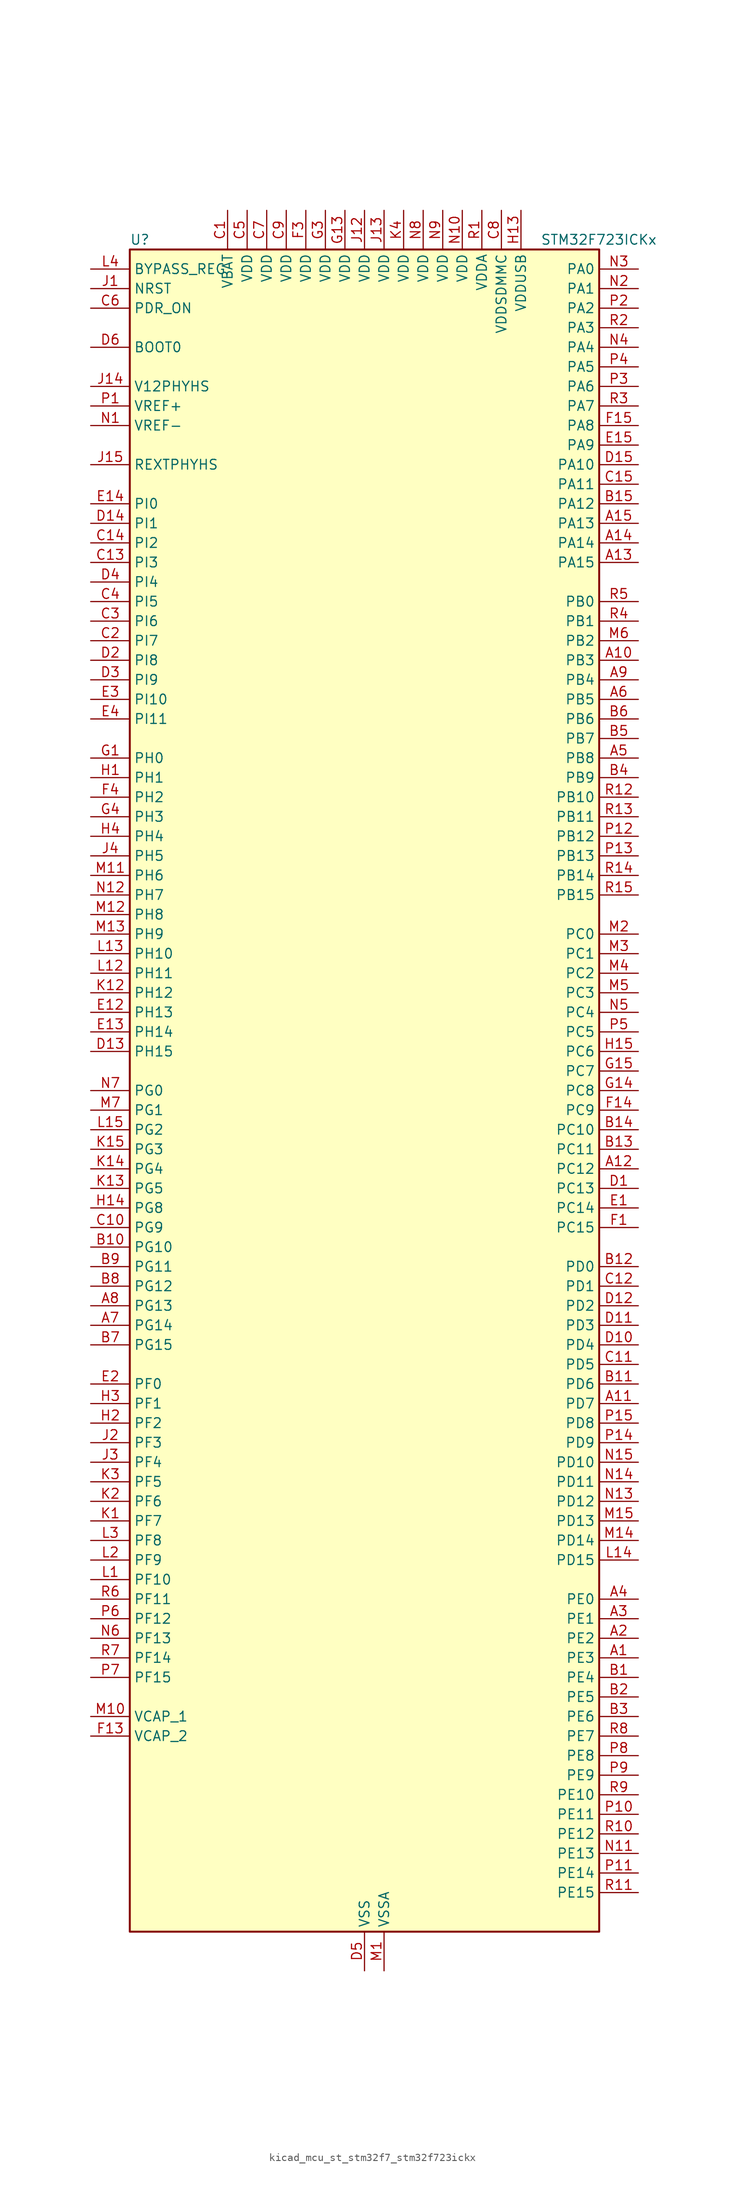
<source format=kicad_sym>
(kicad_symbol_lib
  (version 20220914)
  (generator kicad_symbol_editor)
  (symbol "kicad_mcu_st_stm32f7_stm32f723ickx"
    (property "Reference" "U"
      (at -30.48 110.49 0)
      (effects (font (size 1.27 1.27)) (justify left)))
    (property "Value" "STM32F723ICKx"
      (at 22.86 110.49 0)
      (effects (font (size 1.27 1.27)) (justify left)))
    (property "ki_locked" ""
      (at 0 0 0)
      (effects (font (size 1.27 1.27))))
    (symbol "kicad_mcu_st_stm32f7_stm32f723ickx_0_1"
      (rectangle (start -30.48 -109.22) (end 30.48 109.22) (stroke (width 0.254) (type default)) (fill (type background))))
    (symbol "kicad_mcu_st_stm32f7_stm32f723ickx_1_1"
      (pin bidirectional line (at 35.56 -73.66 180) (length 5.08) (name "PE3" (effects (font (size 1.27 1.27)))) (number "A1" (effects (font (size 1.27 1.27)))) (alternate "FMC_A19" bidirectional line) (alternate "SAI1_SD_B" bidirectional line) (alternate "SYS_TRACED0" bidirectional line))
      (pin bidirectional line (at 35.56 55.88 180) (length 5.08) (name "PB3" (effects (font (size 1.27 1.27)))) (number "A10" (effects (font (size 1.27 1.27)))) (alternate "I2S1_CK" bidirectional line) (alternate "I2S3_CK" bidirectional line) (alternate "SDMMC2_D2" bidirectional line) (alternate "SPI1_SCK" bidirectional line) (alternate "SPI3_SCK" bidirectional line) (alternate "SYS_JTDO-SWO" bidirectional line) (alternate "TIM2_CH2" bidirectional line))
      (pin bidirectional line (at 35.56 -40.64 180) (length 5.08) (name "PD7" (effects (font (size 1.27 1.27)))) (number "A11" (effects (font (size 1.27 1.27)))) (alternate "FMC_NE1" bidirectional line) (alternate "SDMMC2_CMD" bidirectional line) (alternate "USART2_CK" bidirectional line))
      (pin bidirectional line (at 35.56 -10.16 180) (length 5.08) (name "PC12" (effects (font (size 1.27 1.27)))) (number "A12" (effects (font (size 1.27 1.27)))) (alternate "I2S3_SD" bidirectional line) (alternate "SDMMC1_CK" bidirectional line) (alternate "SPI3_MOSI" bidirectional line) (alternate "SYS_TRACED3" bidirectional line) (alternate "UART5_TX" bidirectional line) (alternate "USART3_CK" bidirectional line))
      (pin bidirectional line (at 35.56 68.58 180) (length 5.08) (name "PA15" (effects (font (size 1.27 1.27)))) (number "A13" (effects (font (size 1.27 1.27)))) (alternate "I2S1_WS" bidirectional line) (alternate "I2S3_WS" bidirectional line) (alternate "SPI1_NSS" bidirectional line) (alternate "SPI3_NSS" bidirectional line) (alternate "SYS_JTDI" bidirectional line) (alternate "TIM2_CH1" bidirectional line) (alternate "TIM2_ETR" bidirectional line) (alternate "UART4_DE" bidirectional line) (alternate "UART4_RTS" bidirectional line))
      (pin bidirectional line (at 35.56 71.12 180) (length 5.08) (name "PA14" (effects (font (size 1.27 1.27)))) (number "A14" (effects (font (size 1.27 1.27)))) (alternate "SYS_JTCK-SWCLK" bidirectional line))
      (pin bidirectional line (at 35.56 73.66 180) (length 5.08) (name "PA13" (effects (font (size 1.27 1.27)))) (number "A15" (effects (font (size 1.27 1.27)))) (alternate "SYS_JTMS-SWDIO" bidirectional line))
      (pin bidirectional line (at 35.56 -71.12 180) (length 5.08) (name "PE2" (effects (font (size 1.27 1.27)))) (number "A2" (effects (font (size 1.27 1.27)))) (alternate "FMC_A23" bidirectional line) (alternate "QUADSPI_BK1_IO2" bidirectional line) (alternate "SAI1_MCLK_A" bidirectional line) (alternate "SPI4_SCK" bidirectional line) (alternate "SYS_TRACECLK" bidirectional line))
      (pin bidirectional line (at 35.56 -68.58 180) (length 5.08) (name "PE1" (effects (font (size 1.27 1.27)))) (number "A3" (effects (font (size 1.27 1.27)))) (alternate "FMC_NBL1" bidirectional line) (alternate "LPTIM1_IN2" bidirectional line) (alternate "UART8_TX" bidirectional line))
      (pin bidirectional line (at 35.56 -66.04 180) (length 5.08) (name "PE0" (effects (font (size 1.27 1.27)))) (number "A4" (effects (font (size 1.27 1.27)))) (alternate "FMC_NBL0" bidirectional line) (alternate "LPTIM1_ETR" bidirectional line) (alternate "SAI2_MCLK_A" bidirectional line) (alternate "TIM4_ETR" bidirectional line) (alternate "UART8_RX" bidirectional line))
      (pin bidirectional line (at 35.56 43.18 180) (length 5.08) (name "PB8" (effects (font (size 1.27 1.27)))) (number "A5" (effects (font (size 1.27 1.27)))) (alternate "CAN1_RX" bidirectional line) (alternate "I2C1_SCL" bidirectional line) (alternate "SDMMC1_D4" bidirectional line) (alternate "SDMMC2_D4" bidirectional line) (alternate "TIM10_CH1" bidirectional line) (alternate "TIM4_CH3" bidirectional line))
      (pin bidirectional line (at 35.56 50.8 180) (length 5.08) (name "PB5" (effects (font (size 1.27 1.27)))) (number "A6" (effects (font (size 1.27 1.27)))) (alternate "FMC_SDCKE1" bidirectional line) (alternate "I2C1_SMBA" bidirectional line) (alternate "I2S1_SD" bidirectional line) (alternate "I2S3_SD" bidirectional line) (alternate "SPI1_MOSI" bidirectional line) (alternate "SPI3_MOSI" bidirectional line) (alternate "TIM3_CH2" bidirectional line))
      (pin bidirectional line (at -35.56 -30.48 0) (length 5.08) (name "PG14" (effects (font (size 1.27 1.27)))) (number "A7" (effects (font (size 1.27 1.27)))) (alternate "FMC_A25" bidirectional line) (alternate "LPTIM1_ETR" bidirectional line) (alternate "QUADSPI_BK2_IO3" bidirectional line) (alternate "SYS_TRACED1" bidirectional line) (alternate "USART6_TX" bidirectional line))
      (pin bidirectional line (at -35.56 -27.94 0) (length 5.08) (name "PG13" (effects (font (size 1.27 1.27)))) (number "A8" (effects (font (size 1.27 1.27)))) (alternate "FMC_A24" bidirectional line) (alternate "LPTIM1_OUT" bidirectional line) (alternate "SYS_TRACED0" bidirectional line) (alternate "USART6_CTS" bidirectional line))
      (pin bidirectional line (at 35.56 53.34 180) (length 5.08) (name "PB4" (effects (font (size 1.27 1.27)))) (number "A9" (effects (font (size 1.27 1.27)))) (alternate "I2S2_WS" bidirectional line) (alternate "SDMMC2_D3" bidirectional line) (alternate "SPI1_MISO" bidirectional line) (alternate "SPI2_NSS" bidirectional line) (alternate "SPI3_MISO" bidirectional line) (alternate "SYS_JTRST" bidirectional line) (alternate "TIM3_CH1" bidirectional line))
      (pin bidirectional line (at 35.56 -76.2 180) (length 5.08) (name "PE4" (effects (font (size 1.27 1.27)))) (number "B1" (effects (font (size 1.27 1.27)))) (alternate "FMC_A20" bidirectional line) (alternate "SAI1_FS_A" bidirectional line) (alternate "SPI4_NSS" bidirectional line) (alternate "SYS_TRACED1" bidirectional line))
      (pin bidirectional line (at -35.56 -20.32 0) (length 5.08) (name "PG10" (effects (font (size 1.27 1.27)))) (number "B10" (effects (font (size 1.27 1.27)))) (alternate "FMC_NE3" bidirectional line) (alternate "SAI2_SD_B" bidirectional line) (alternate "SDMMC2_D1" bidirectional line))
      (pin bidirectional line (at 35.56 -38.1 180) (length 5.08) (name "PD6" (effects (font (size 1.27 1.27)))) (number "B11" (effects (font (size 1.27 1.27)))) (alternate "FMC_NWAIT" bidirectional line) (alternate "I2S3_SD" bidirectional line) (alternate "SAI1_SD_A" bidirectional line) (alternate "SDMMC2_CK" bidirectional line) (alternate "SPI3_MOSI" bidirectional line) (alternate "USART2_RX" bidirectional line))
      (pin bidirectional line (at 35.56 -22.86 180) (length 5.08) (name "PD0" (effects (font (size 1.27 1.27)))) (number "B12" (effects (font (size 1.27 1.27)))) (alternate "CAN1_RX" bidirectional line) (alternate "FMC_D2" bidirectional line) (alternate "FMC_DA2" bidirectional line))
      (pin bidirectional line (at 35.56 -7.62 180) (length 5.08) (name "PC11" (effects (font (size 1.27 1.27)))) (number "B13" (effects (font (size 1.27 1.27)))) (alternate "ADC1_EXTI11" bidirectional line) (alternate "ADC2_EXTI11" bidirectional line) (alternate "ADC3_EXTI11" bidirectional line) (alternate "QUADSPI_BK2_NCS" bidirectional line) (alternate "SDMMC1_D3" bidirectional line) (alternate "SPI3_MISO" bidirectional line) (alternate "UART4_RX" bidirectional line) (alternate "USART3_RX" bidirectional line))
      (pin bidirectional line (at 35.56 -5.08 180) (length 5.08) (name "PC10" (effects (font (size 1.27 1.27)))) (number "B14" (effects (font (size 1.27 1.27)))) (alternate "I2S3_CK" bidirectional line) (alternate "QUADSPI_BK1_IO1" bidirectional line) (alternate "SDMMC1_D2" bidirectional line) (alternate "SPI3_SCK" bidirectional line) (alternate "UART4_TX" bidirectional line) (alternate "USART3_TX" bidirectional line))
      (pin bidirectional line (at 35.56 76.2 180) (length 5.08) (name "PA12" (effects (font (size 1.27 1.27)))) (number "B15" (effects (font (size 1.27 1.27)))) (alternate "CAN1_TX" bidirectional line) (alternate "SAI2_FS_B" bidirectional line) (alternate "TIM1_ETR" bidirectional line) (alternate "USART1_DE" bidirectional line) (alternate "USART1_RTS" bidirectional line) (alternate "USB_OTG_FS_DP" bidirectional line))
      (pin bidirectional line (at 35.56 -78.74 180) (length 5.08) (name "PE5" (effects (font (size 1.27 1.27)))) (number "B2" (effects (font (size 1.27 1.27)))) (alternate "FMC_A21" bidirectional line) (alternate "SAI1_SCK_A" bidirectional line) (alternate "SPI4_MISO" bidirectional line) (alternate "SYS_TRACED2" bidirectional line) (alternate "TIM9_CH1" bidirectional line))
      (pin bidirectional line (at 35.56 -81.28 180) (length 5.08) (name "PE6" (effects (font (size 1.27 1.27)))) (number "B3" (effects (font (size 1.27 1.27)))) (alternate "FMC_A22" bidirectional line) (alternate "SAI1_SD_A" bidirectional line) (alternate "SAI2_MCLK_B" bidirectional line) (alternate "SPI4_MOSI" bidirectional line) (alternate "SYS_TRACED3" bidirectional line) (alternate "TIM1_BKIN2" bidirectional line) (alternate "TIM9_CH2" bidirectional line))
      (pin bidirectional line (at 35.56 40.64 180) (length 5.08) (name "PB9" (effects (font (size 1.27 1.27)))) (number "B4" (effects (font (size 1.27 1.27)))) (alternate "CAN1_TX" bidirectional line) (alternate "DAC_EXTI9" bidirectional line) (alternate "I2C1_SDA" bidirectional line) (alternate "I2S2_WS" bidirectional line) (alternate "SDMMC1_D5" bidirectional line) (alternate "SDMMC2_D5" bidirectional line) (alternate "SPI2_NSS" bidirectional line) (alternate "TIM11_CH1" bidirectional line) (alternate "TIM4_CH4" bidirectional line))
      (pin bidirectional line (at 35.56 45.72 180) (length 5.08) (name "PB7" (effects (font (size 1.27 1.27)))) (number "B5" (effects (font (size 1.27 1.27)))) (alternate "FMC_NL" bidirectional line) (alternate "I2C1_SDA" bidirectional line) (alternate "TIM4_CH2" bidirectional line) (alternate "USART1_RX" bidirectional line))
      (pin bidirectional line (at 35.56 48.26 180) (length 5.08) (name "PB6" (effects (font (size 1.27 1.27)))) (number "B6" (effects (font (size 1.27 1.27)))) (alternate "FMC_SDNE1" bidirectional line) (alternate "I2C1_SCL" bidirectional line) (alternate "QUADSPI_BK1_NCS" bidirectional line) (alternate "TIM4_CH1" bidirectional line) (alternate "USART1_TX" bidirectional line))
      (pin bidirectional line (at -35.56 -33.02 0) (length 5.08) (name "PG15" (effects (font (size 1.27 1.27)))) (number "B7" (effects (font (size 1.27 1.27)))) (alternate "FMC_SDNCAS" bidirectional line) (alternate "USART6_CTS" bidirectional line))
      (pin bidirectional line (at -35.56 -25.4 0) (length 5.08) (name "PG12" (effects (font (size 1.27 1.27)))) (number "B8" (effects (font (size 1.27 1.27)))) (alternate "FMC_NE4" bidirectional line) (alternate "LPTIM1_IN1" bidirectional line) (alternate "SDMMC2_D3" bidirectional line) (alternate "USART6_DE" bidirectional line) (alternate "USART6_RTS" bidirectional line))
      (pin bidirectional line (at -35.56 -22.86 0) (length 5.08) (name "PG11" (effects (font (size 1.27 1.27)))) (number "B9" (effects (font (size 1.27 1.27)))) (alternate "ADC1_EXTI11" bidirectional line) (alternate "ADC2_EXTI11" bidirectional line) (alternate "ADC3_EXTI11" bidirectional line) (alternate "FMC_INT" bidirectional line) (alternate "SDMMC2_D2" bidirectional line))
      (pin power_in line (at -17.78 114.3 270) (length 5.08) (name "VBAT" (effects (font (size 1.27 1.27)))) (number "C1" (effects (font (size 1.27 1.27)))))
      (pin bidirectional line (at -35.56 -17.78 0) (length 5.08) (name "PG9" (effects (font (size 1.27 1.27)))) (number "C10" (effects (font (size 1.27 1.27)))) (alternate "DAC_EXTI9" bidirectional line) (alternate "FMC_NCE" bidirectional line) (alternate "FMC_NE2" bidirectional line) (alternate "QUADSPI_BK2_IO2" bidirectional line) (alternate "SAI2_FS_B" bidirectional line) (alternate "SDMMC2_D0" bidirectional line) (alternate "USART6_RX" bidirectional line))
      (pin bidirectional line (at 35.56 -35.56 180) (length 5.08) (name "PD5" (effects (font (size 1.27 1.27)))) (number "C11" (effects (font (size 1.27 1.27)))) (alternate "FMC_NWE" bidirectional line) (alternate "USART2_TX" bidirectional line))
      (pin bidirectional line (at 35.56 -25.4 180) (length 5.08) (name "PD1" (effects (font (size 1.27 1.27)))) (number "C12" (effects (font (size 1.27 1.27)))) (alternate "CAN1_TX" bidirectional line) (alternate "FMC_D3" bidirectional line) (alternate "FMC_DA3" bidirectional line))
      (pin bidirectional line (at -35.56 68.58 0) (length 5.08) (name "PI3" (effects (font (size 1.27 1.27)))) (number "C13" (effects (font (size 1.27 1.27)))) (alternate "FMC_D27" bidirectional line) (alternate "I2S2_SD" bidirectional line) (alternate "SPI2_MOSI" bidirectional line) (alternate "TIM8_ETR" bidirectional line))
      (pin bidirectional line (at -35.56 71.12 0) (length 5.08) (name "PI2" (effects (font (size 1.27 1.27)))) (number "C14" (effects (font (size 1.27 1.27)))) (alternate "FMC_D26" bidirectional line) (alternate "SPI2_MISO" bidirectional line) (alternate "TIM8_CH4" bidirectional line))
      (pin bidirectional line (at 35.56 78.74 180) (length 5.08) (name "PA11" (effects (font (size 1.27 1.27)))) (number "C15" (effects (font (size 1.27 1.27)))) (alternate "ADC1_EXTI11" bidirectional line) (alternate "ADC2_EXTI11" bidirectional line) (alternate "ADC3_EXTI11" bidirectional line) (alternate "CAN1_RX" bidirectional line) (alternate "TIM1_CH4" bidirectional line) (alternate "USART1_CTS" bidirectional line) (alternate "USB_OTG_FS_DM" bidirectional line))
      (pin bidirectional line (at -35.56 58.42 0) (length 5.08) (name "PI7" (effects (font (size 1.27 1.27)))) (number "C2" (effects (font (size 1.27 1.27)))) (alternate "FMC_D29" bidirectional line) (alternate "SAI2_FS_A" bidirectional line) (alternate "TIM8_CH3" bidirectional line))
      (pin bidirectional line (at -35.56 60.96 0) (length 5.08) (name "PI6" (effects (font (size 1.27 1.27)))) (number "C3" (effects (font (size 1.27 1.27)))) (alternate "FMC_D28" bidirectional line) (alternate "SAI2_SD_A" bidirectional line) (alternate "TIM8_CH2" bidirectional line))
      (pin bidirectional line (at -35.56 63.5 0) (length 5.08) (name "PI5" (effects (font (size 1.27 1.27)))) (number "C4" (effects (font (size 1.27 1.27)))) (alternate "FMC_NBL3" bidirectional line) (alternate "SAI2_SCK_A" bidirectional line) (alternate "TIM8_CH1" bidirectional line))
      (pin power_in line (at -15.24 114.3 270) (length 5.08) (name "VDD" (effects (font (size 1.27 1.27)))) (number "C5" (effects (font (size 1.27 1.27)))))
      (pin input line (at -35.56 101.6 0) (length 5.08) (name "PDR_ON" (effects (font (size 1.27 1.27)))) (number "C6" (effects (font (size 1.27 1.27)))))
      (pin power_in line (at -12.7 114.3 270) (length 5.08) (name "VDD" (effects (font (size 1.27 1.27)))) (number "C7" (effects (font (size 1.27 1.27)))))
      (pin power_in line (at 17.78 114.3 270) (length 5.08) (name "VDDSDMMC" (effects (font (size 1.27 1.27)))) (number "C8" (effects (font (size 1.27 1.27)))))
      (pin power_in line (at -10.16 114.3 270) (length 5.08) (name "VDD" (effects (font (size 1.27 1.27)))) (number "C9" (effects (font (size 1.27 1.27)))))
      (pin bidirectional line (at 35.56 -12.7 180) (length 5.08) (name "PC13" (effects (font (size 1.27 1.27)))) (number "D1" (effects (font (size 1.27 1.27)))) (alternate "RTC_OUT" bidirectional line) (alternate "RTC_TAMP1" bidirectional line) (alternate "RTC_TS" bidirectional line) (alternate "SYS_WKUP4" bidirectional line))
      (pin bidirectional line (at 35.56 -33.02 180) (length 5.08) (name "PD4" (effects (font (size 1.27 1.27)))) (number "D10" (effects (font (size 1.27 1.27)))) (alternate "FMC_NOE" bidirectional line) (alternate "USART2_DE" bidirectional line) (alternate "USART2_RTS" bidirectional line))
      (pin bidirectional line (at 35.56 -30.48 180) (length 5.08) (name "PD3" (effects (font (size 1.27 1.27)))) (number "D11" (effects (font (size 1.27 1.27)))) (alternate "FMC_CLK" bidirectional line) (alternate "I2S2_CK" bidirectional line) (alternate "SPI2_SCK" bidirectional line) (alternate "USART2_CTS" bidirectional line))
      (pin bidirectional line (at 35.56 -27.94 180) (length 5.08) (name "PD2" (effects (font (size 1.27 1.27)))) (number "D12" (effects (font (size 1.27 1.27)))) (alternate "SDMMC1_CMD" bidirectional line) (alternate "SYS_TRACED2" bidirectional line) (alternate "TIM3_ETR" bidirectional line) (alternate "UART5_RX" bidirectional line))
      (pin bidirectional line (at -35.56 5.08 0) (length 5.08) (name "PH15" (effects (font (size 1.27 1.27)))) (number "D13" (effects (font (size 1.27 1.27)))) (alternate "FMC_D23" bidirectional line) (alternate "TIM8_CH3N" bidirectional line))
      (pin bidirectional line (at -35.56 73.66 0) (length 5.08) (name "PI1" (effects (font (size 1.27 1.27)))) (number "D14" (effects (font (size 1.27 1.27)))) (alternate "FMC_D25" bidirectional line) (alternate "I2S2_CK" bidirectional line) (alternate "SPI2_SCK" bidirectional line) (alternate "TIM8_BKIN2" bidirectional line))
      (pin bidirectional line (at 35.56 81.28 180) (length 5.08) (name "PA10" (effects (font (size 1.27 1.27)))) (number "D15" (effects (font (size 1.27 1.27)))) (alternate "TIM1_CH3" bidirectional line) (alternate "USART1_RX" bidirectional line) (alternate "USB_OTG_FS_ID" bidirectional line))
      (pin bidirectional line (at -35.56 55.88 0) (length 5.08) (name "PI8" (effects (font (size 1.27 1.27)))) (number "D2" (effects (font (size 1.27 1.27)))) (alternate "RTC_TAMP2" bidirectional line) (alternate "RTC_TS" bidirectional line) (alternate "SYS_WKUP5" bidirectional line))
      (pin bidirectional line (at -35.56 53.34 0) (length 5.08) (name "PI9" (effects (font (size 1.27 1.27)))) (number "D3" (effects (font (size 1.27 1.27)))) (alternate "CAN1_RX" bidirectional line) (alternate "DAC_EXTI9" bidirectional line) (alternate "FMC_D30" bidirectional line) (alternate "UART4_RX" bidirectional line))
      (pin bidirectional line (at -35.56 66.04 0) (length 5.08) (name "PI4" (effects (font (size 1.27 1.27)))) (number "D4" (effects (font (size 1.27 1.27)))) (alternate "FMC_NBL2" bidirectional line) (alternate "SAI2_MCLK_A" bidirectional line) (alternate "TIM8_BKIN" bidirectional line))
      (pin power_in line (at 0 -114.3 90) (length 5.08) (name "VSS" (effects (font (size 1.27 1.27)))) (number "D5" (effects (font (size 1.27 1.27)))))
      (pin input line (at -35.56 96.52 0) (length 5.08) (name "BOOT0" (effects (font (size 1.27 1.27)))) (number "D6" (effects (font (size 1.27 1.27)))))
      (pin passive line (at 0 -114.3 90) (length 5.08) hide (name "VSS" (effects (font (size 1.27 1.27)))) (number "D7" (effects (font (size 1.27 1.27)))))
      (pin passive line (at 0 -114.3 90) (length 5.08) hide (name "VSS" (effects (font (size 1.27 1.27)))) (number "D8" (effects (font (size 1.27 1.27)))))
      (pin passive line (at 0 -114.3 90) (length 5.08) hide (name "VSS" (effects (font (size 1.27 1.27)))) (number "D9" (effects (font (size 1.27 1.27)))))
      (pin bidirectional line (at 35.56 -15.24 180) (length 5.08) (name "PC14" (effects (font (size 1.27 1.27)))) (number "E1" (effects (font (size 1.27 1.27)))) (alternate "RCC_OSC32_IN" bidirectional line))
      (pin bidirectional line (at -35.56 10.16 0) (length 5.08) (name "PH13" (effects (font (size 1.27 1.27)))) (number "E12" (effects (font (size 1.27 1.27)))) (alternate "CAN1_TX" bidirectional line) (alternate "FMC_D21" bidirectional line) (alternate "TIM8_CH1N" bidirectional line) (alternate "UART4_TX" bidirectional line))
      (pin bidirectional line (at -35.56 7.62 0) (length 5.08) (name "PH14" (effects (font (size 1.27 1.27)))) (number "E13" (effects (font (size 1.27 1.27)))) (alternate "CAN1_RX" bidirectional line) (alternate "FMC_D22" bidirectional line) (alternate "TIM8_CH2N" bidirectional line) (alternate "UART4_RX" bidirectional line))
      (pin bidirectional line (at -35.56 76.2 0) (length 5.08) (name "PI0" (effects (font (size 1.27 1.27)))) (number "E14" (effects (font (size 1.27 1.27)))) (alternate "FMC_D24" bidirectional line) (alternate "I2S2_WS" bidirectional line) (alternate "SPI2_NSS" bidirectional line) (alternate "TIM5_CH4" bidirectional line))
      (pin bidirectional line (at 35.56 83.82 180) (length 5.08) (name "PA9" (effects (font (size 1.27 1.27)))) (number "E15" (effects (font (size 1.27 1.27)))) (alternate "DAC_EXTI9" bidirectional line) (alternate "I2C3_SMBA" bidirectional line) (alternate "I2S2_CK" bidirectional line) (alternate "SPI2_SCK" bidirectional line) (alternate "TIM1_CH2" bidirectional line) (alternate "USART1_TX" bidirectional line) (alternate "USB_OTG_FS_VBUS" bidirectional line))
      (pin bidirectional line (at -35.56 -38.1 0) (length 5.08) (name "PF0" (effects (font (size 1.27 1.27)))) (number "E2" (effects (font (size 1.27 1.27)))) (alternate "FMC_A0" bidirectional line) (alternate "I2C2_SDA" bidirectional line))
      (pin bidirectional line (at -35.56 50.8 0) (length 5.08) (name "PI10" (effects (font (size 1.27 1.27)))) (number "E3" (effects (font (size 1.27 1.27)))) (alternate "FMC_D31" bidirectional line))
      (pin bidirectional line (at -35.56 48.26 0) (length 5.08) (name "PI11" (effects (font (size 1.27 1.27)))) (number "E4" (effects (font (size 1.27 1.27)))) (alternate "ADC1_EXTI11" bidirectional line) (alternate "ADC2_EXTI11" bidirectional line) (alternate "ADC3_EXTI11" bidirectional line) (alternate "SYS_WKUP6" bidirectional line))
      (pin bidirectional line (at 35.56 -17.78 180) (length 5.08) (name "PC15" (effects (font (size 1.27 1.27)))) (number "F1" (effects (font (size 1.27 1.27)))) (alternate "RCC_OSC32_OUT" bidirectional line))
      (pin passive line (at 0 -114.3 90) (length 5.08) hide (name "VSS" (effects (font (size 1.27 1.27)))) (number "F10" (effects (font (size 1.27 1.27)))))
      (pin passive line (at 0 -114.3 90) (length 5.08) hide (name "VSS" (effects (font (size 1.27 1.27)))) (number "F12" (effects (font (size 1.27 1.27)))))
      (pin power_out line (at -35.56 -83.82 0) (length 5.08) (name "VCAP_2" (effects (font (size 1.27 1.27)))) (number "F13" (effects (font (size 1.27 1.27)))))
      (pin bidirectional line (at 35.56 -2.54 180) (length 5.08) (name "PC9" (effects (font (size 1.27 1.27)))) (number "F14" (effects (font (size 1.27 1.27)))) (alternate "DAC_EXTI9" bidirectional line) (alternate "I2C3_SDA" bidirectional line) (alternate "I2S_CKIN" bidirectional line) (alternate "QUADSPI_BK1_IO0" bidirectional line) (alternate "RCC_MCO_2" bidirectional line) (alternate "SDMMC1_D1" bidirectional line) (alternate "TIM3_CH4" bidirectional line) (alternate "TIM8_CH4" bidirectional line) (alternate "UART5_CTS" bidirectional line))
      (pin bidirectional line (at 35.56 86.36 180) (length 5.08) (name "PA8" (effects (font (size 1.27 1.27)))) (number "F15" (effects (font (size 1.27 1.27)))) (alternate "I2C3_SCL" bidirectional line) (alternate "RCC_MCO_1" bidirectional line) (alternate "TIM1_CH1" bidirectional line) (alternate "TIM8_BKIN2" bidirectional line) (alternate "USART1_CK" bidirectional line) (alternate "USB_OTG_FS_SOF" bidirectional line))
      (pin passive line (at 0 -114.3 90) (length 5.08) hide (name "VSS" (effects (font (size 1.27 1.27)))) (number "F2" (effects (font (size 1.27 1.27)))))
      (pin power_in line (at -7.62 114.3 270) (length 5.08) (name "VDD" (effects (font (size 1.27 1.27)))) (number "F3" (effects (font (size 1.27 1.27)))))
      (pin bidirectional line (at -35.56 38.1 0) (length 5.08) (name "PH2" (effects (font (size 1.27 1.27)))) (number "F4" (effects (font (size 1.27 1.27)))) (alternate "FMC_SDCKE0" bidirectional line) (alternate "LPTIM1_IN2" bidirectional line) (alternate "QUADSPI_BK2_IO0" bidirectional line) (alternate "SAI2_SCK_B" bidirectional line))
      (pin passive line (at 0 -114.3 90) (length 5.08) hide (name "VSS" (effects (font (size 1.27 1.27)))) (number "F6" (effects (font (size 1.27 1.27)))))
      (pin passive line (at 0 -114.3 90) (length 5.08) hide (name "VSS" (effects (font (size 1.27 1.27)))) (number "F7" (effects (font (size 1.27 1.27)))))
      (pin passive line (at 0 -114.3 90) (length 5.08) hide (name "VSS" (effects (font (size 1.27 1.27)))) (number "F8" (effects (font (size 1.27 1.27)))))
      (pin passive line (at 0 -114.3 90) (length 5.08) hide (name "VSS" (effects (font (size 1.27 1.27)))) (number "F9" (effects (font (size 1.27 1.27)))))
      (pin bidirectional line (at -35.56 43.18 0) (length 5.08) (name "PH0" (effects (font (size 1.27 1.27)))) (number "G1" (effects (font (size 1.27 1.27)))) (alternate "RCC_OSC_IN" bidirectional line))
      (pin passive line (at 0 -114.3 90) (length 5.08) hide (name "VSS" (effects (font (size 1.27 1.27)))) (number "G10" (effects (font (size 1.27 1.27)))))
      (pin passive line (at 0 -114.3 90) (length 5.08) hide (name "VSS" (effects (font (size 1.27 1.27)))) (number "G12" (effects (font (size 1.27 1.27)))))
      (pin power_in line (at -2.54 114.3 270) (length 5.08) (name "VDD" (effects (font (size 1.27 1.27)))) (number "G13" (effects (font (size 1.27 1.27)))))
      (pin bidirectional line (at 35.56 0 180) (length 5.08) (name "PC8" (effects (font (size 1.27 1.27)))) (number "G14" (effects (font (size 1.27 1.27)))) (alternate "SDMMC1_D0" bidirectional line) (alternate "SYS_TRACED1" bidirectional line) (alternate "TIM3_CH3" bidirectional line) (alternate "TIM8_CH3" bidirectional line) (alternate "UART5_DE" bidirectional line) (alternate "UART5_RTS" bidirectional line) (alternate "USART6_CK" bidirectional line))
      (pin bidirectional line (at 35.56 2.54 180) (length 5.08) (name "PC7" (effects (font (size 1.27 1.27)))) (number "G15" (effects (font (size 1.27 1.27)))) (alternate "I2S3_MCK" bidirectional line) (alternate "SDMMC1_D7" bidirectional line) (alternate "SDMMC2_D7" bidirectional line) (alternate "TIM3_CH2" bidirectional line) (alternate "TIM8_CH2" bidirectional line) (alternate "USART6_RX" bidirectional line))
      (pin passive line (at 0 -114.3 90) (length 5.08) hide (name "VSS" (effects (font (size 1.27 1.27)))) (number "G2" (effects (font (size 1.27 1.27)))))
      (pin power_in line (at -5.08 114.3 270) (length 5.08) (name "VDD" (effects (font (size 1.27 1.27)))) (number "G3" (effects (font (size 1.27 1.27)))))
      (pin bidirectional line (at -35.56 35.56 0) (length 5.08) (name "PH3" (effects (font (size 1.27 1.27)))) (number "G4" (effects (font (size 1.27 1.27)))) (alternate "FMC_SDNE0" bidirectional line) (alternate "QUADSPI_BK2_IO1" bidirectional line) (alternate "SAI2_MCLK_B" bidirectional line))
      (pin passive line (at 0 -114.3 90) (length 5.08) hide (name "VSS" (effects (font (size 1.27 1.27)))) (number "G6" (effects (font (size 1.27 1.27)))))
      (pin passive line (at 0 -114.3 90) (length 5.08) hide (name "VSS" (effects (font (size 1.27 1.27)))) (number "G7" (effects (font (size 1.27 1.27)))))
      (pin passive line (at 0 -114.3 90) (length 5.08) hide (name "VSS" (effects (font (size 1.27 1.27)))) (number "G8" (effects (font (size 1.27 1.27)))))
      (pin passive line (at 0 -114.3 90) (length 5.08) hide (name "VSS" (effects (font (size 1.27 1.27)))) (number "G9" (effects (font (size 1.27 1.27)))))
      (pin bidirectional line (at -35.56 40.64 0) (length 5.08) (name "PH1" (effects (font (size 1.27 1.27)))) (number "H1" (effects (font (size 1.27 1.27)))) (alternate "RCC_OSC_OUT" bidirectional line))
      (pin passive line (at 0 -114.3 90) (length 5.08) hide (name "VSS" (effects (font (size 1.27 1.27)))) (number "H10" (effects (font (size 1.27 1.27)))))
      (pin passive line (at 0 -114.3 90) (length 5.08) hide (name "VSS" (effects (font (size 1.27 1.27)))) (number "H12" (effects (font (size 1.27 1.27)))))
      (pin power_in line (at 20.32 114.3 270) (length 5.08) (name "VDDUSB" (effects (font (size 1.27 1.27)))) (number "H13" (effects (font (size 1.27 1.27)))))
      (pin bidirectional line (at -35.56 -15.24 0) (length 5.08) (name "PG8" (effects (font (size 1.27 1.27)))) (number "H14" (effects (font (size 1.27 1.27)))) (alternate "FMC_SDCLK" bidirectional line) (alternate "USART6_DE" bidirectional line) (alternate "USART6_RTS" bidirectional line))
      (pin bidirectional line (at 35.56 5.08 180) (length 5.08) (name "PC6" (effects (font (size 1.27 1.27)))) (number "H15" (effects (font (size 1.27 1.27)))) (alternate "I2S2_MCK" bidirectional line) (alternate "SDMMC1_D6" bidirectional line) (alternate "SDMMC2_D6" bidirectional line) (alternate "TIM3_CH1" bidirectional line) (alternate "TIM8_CH1" bidirectional line) (alternate "USART6_TX" bidirectional line))
      (pin bidirectional line (at -35.56 -43.18 0) (length 5.08) (name "PF2" (effects (font (size 1.27 1.27)))) (number "H2" (effects (font (size 1.27 1.27)))) (alternate "FMC_A2" bidirectional line) (alternate "I2C2_SMBA" bidirectional line))
      (pin bidirectional line (at -35.56 -40.64 0) (length 5.08) (name "PF1" (effects (font (size 1.27 1.27)))) (number "H3" (effects (font (size 1.27 1.27)))) (alternate "FMC_A1" bidirectional line) (alternate "I2C2_SCL" bidirectional line))
      (pin bidirectional line (at -35.56 33.02 0) (length 5.08) (name "PH4" (effects (font (size 1.27 1.27)))) (number "H4" (effects (font (size 1.27 1.27)))) (alternate "I2C2_SCL" bidirectional line))
      (pin passive line (at 0 -114.3 90) (length 5.08) hide (name "VSS" (effects (font (size 1.27 1.27)))) (number "H6" (effects (font (size 1.27 1.27)))))
      (pin passive line (at 0 -114.3 90) (length 5.08) hide (name "VSS" (effects (font (size 1.27 1.27)))) (number "H7" (effects (font (size 1.27 1.27)))))
      (pin passive line (at 0 -114.3 90) (length 5.08) hide (name "VSS" (effects (font (size 1.27 1.27)))) (number "H8" (effects (font (size 1.27 1.27)))))
      (pin passive line (at 0 -114.3 90) (length 5.08) hide (name "VSS" (effects (font (size 1.27 1.27)))) (number "H9" (effects (font (size 1.27 1.27)))))
      (pin input line (at -35.56 104.14 0) (length 5.08) (name "NRST" (effects (font (size 1.27 1.27)))) (number "J1" (effects (font (size 1.27 1.27)))))
      (pin passive line (at 0 -114.3 90) (length 5.08) hide (name "VSS" (effects (font (size 1.27 1.27)))) (number "J10" (effects (font (size 1.27 1.27)))))
      (pin power_in line (at 0 114.3 270) (length 5.08) (name "VDD" (effects (font (size 1.27 1.27)))) (number "J12" (effects (font (size 1.27 1.27)))))
      (pin power_in line (at 2.54 114.3 270) (length 5.08) (name "VDD" (effects (font (size 1.27 1.27)))) (number "J13" (effects (font (size 1.27 1.27)))))
      (pin power_in line (at -35.56 91.44 0) (length 5.08) (name "V12PHYHS" (effects (font (size 1.27 1.27)))) (number "J14" (effects (font (size 1.27 1.27)))))
      (pin bidirectional line (at -35.56 81.28 0) (length 5.08) (name "REXTPHYHS" (effects (font (size 1.27 1.27)))) (number "J15" (effects (font (size 1.27 1.27)))) (alternate "USB_OTG_HS_REXTPHYHS" bidirectional line))
      (pin bidirectional line (at -35.56 -45.72 0) (length 5.08) (name "PF3" (effects (font (size 1.27 1.27)))) (number "J2" (effects (font (size 1.27 1.27)))) (alternate "ADC3_IN9" bidirectional line) (alternate "FMC_A3" bidirectional line))
      (pin bidirectional line (at -35.56 -48.26 0) (length 5.08) (name "PF4" (effects (font (size 1.27 1.27)))) (number "J3" (effects (font (size 1.27 1.27)))) (alternate "ADC3_IN14" bidirectional line) (alternate "FMC_A4" bidirectional line))
      (pin bidirectional line (at -35.56 30.48 0) (length 5.08) (name "PH5" (effects (font (size 1.27 1.27)))) (number "J4" (effects (font (size 1.27 1.27)))) (alternate "FMC_SDNWE" bidirectional line) (alternate "I2C2_SDA" bidirectional line) (alternate "SPI5_NSS" bidirectional line))
      (pin passive line (at 0 -114.3 90) (length 5.08) hide (name "VSS" (effects (font (size 1.27 1.27)))) (number "J6" (effects (font (size 1.27 1.27)))))
      (pin passive line (at 0 -114.3 90) (length 5.08) hide (name "VSS" (effects (font (size 1.27 1.27)))) (number "J7" (effects (font (size 1.27 1.27)))))
      (pin passive line (at 0 -114.3 90) (length 5.08) hide (name "VSS" (effects (font (size 1.27 1.27)))) (number "J8" (effects (font (size 1.27 1.27)))))
      (pin passive line (at 0 -114.3 90) (length 5.08) hide (name "VSS" (effects (font (size 1.27 1.27)))) (number "J9" (effects (font (size 1.27 1.27)))))
      (pin bidirectional line (at -35.56 -55.88 0) (length 5.08) (name "PF7" (effects (font (size 1.27 1.27)))) (number "K1" (effects (font (size 1.27 1.27)))) (alternate "ADC3_IN5" bidirectional line) (alternate "QUADSPI_BK1_IO2" bidirectional line) (alternate "SAI1_MCLK_B" bidirectional line) (alternate "SPI5_SCK" bidirectional line) (alternate "TIM11_CH1" bidirectional line) (alternate "UART7_TX" bidirectional line))
      (pin passive line (at 0 -114.3 90) (length 5.08) hide (name "VSS" (effects (font (size 1.27 1.27)))) (number "K10" (effects (font (size 1.27 1.27)))))
      (pin bidirectional line (at -35.56 12.7 0) (length 5.08) (name "PH12" (effects (font (size 1.27 1.27)))) (number "K12" (effects (font (size 1.27 1.27)))) (alternate "FMC_D20" bidirectional line) (alternate "TIM5_CH3" bidirectional line))
      (pin bidirectional line (at -35.56 -12.7 0) (length 5.08) (name "PG5" (effects (font (size 1.27 1.27)))) (number "K13" (effects (font (size 1.27 1.27)))) (alternate "FMC_A15" bidirectional line) (alternate "FMC_BA1" bidirectional line))
      (pin bidirectional line (at -35.56 -10.16 0) (length 5.08) (name "PG4" (effects (font (size 1.27 1.27)))) (number "K14" (effects (font (size 1.27 1.27)))) (alternate "FMC_A14" bidirectional line) (alternate "FMC_BA0" bidirectional line))
      (pin bidirectional line (at -35.56 -7.62 0) (length 5.08) (name "PG3" (effects (font (size 1.27 1.27)))) (number "K15" (effects (font (size 1.27 1.27)))) (alternate "FMC_A13" bidirectional line))
      (pin bidirectional line (at -35.56 -53.34 0) (length 5.08) (name "PF6" (effects (font (size 1.27 1.27)))) (number "K2" (effects (font (size 1.27 1.27)))) (alternate "ADC3_IN4" bidirectional line) (alternate "QUADSPI_BK1_IO3" bidirectional line) (alternate "SAI1_SD_B" bidirectional line) (alternate "SPI5_NSS" bidirectional line) (alternate "TIM10_CH1" bidirectional line) (alternate "UART7_RX" bidirectional line))
      (pin bidirectional line (at -35.56 -50.8 0) (length 5.08) (name "PF5" (effects (font (size 1.27 1.27)))) (number "K3" (effects (font (size 1.27 1.27)))) (alternate "ADC3_IN15" bidirectional line) (alternate "FMC_A5" bidirectional line))
      (pin power_in line (at 5.08 114.3 270) (length 5.08) (name "VDD" (effects (font (size 1.27 1.27)))) (number "K4" (effects (font (size 1.27 1.27)))))
      (pin passive line (at 0 -114.3 90) (length 5.08) hide (name "VSS" (effects (font (size 1.27 1.27)))) (number "K6" (effects (font (size 1.27 1.27)))))
      (pin passive line (at 0 -114.3 90) (length 5.08) hide (name "VSS" (effects (font (size 1.27 1.27)))) (number "K7" (effects (font (size 1.27 1.27)))))
      (pin passive line (at 0 -114.3 90) (length 5.08) hide (name "VSS" (effects (font (size 1.27 1.27)))) (number "K8" (effects (font (size 1.27 1.27)))))
      (pin passive line (at 0 -114.3 90) (length 5.08) hide (name "VSS" (effects (font (size 1.27 1.27)))) (number "K9" (effects (font (size 1.27 1.27)))))
      (pin bidirectional line (at -35.56 -63.5 0) (length 5.08) (name "PF10" (effects (font (size 1.27 1.27)))) (number "L1" (effects (font (size 1.27 1.27)))) (alternate "ADC3_IN8" bidirectional line))
      (pin bidirectional line (at -35.56 15.24 0) (length 5.08) (name "PH11" (effects (font (size 1.27 1.27)))) (number "L12" (effects (font (size 1.27 1.27)))) (alternate "ADC1_EXTI11" bidirectional line) (alternate "ADC2_EXTI11" bidirectional line) (alternate "ADC3_EXTI11" bidirectional line) (alternate "FMC_D19" bidirectional line) (alternate "TIM5_CH2" bidirectional line))
      (pin bidirectional line (at -35.56 17.78 0) (length 5.08) (name "PH10" (effects (font (size 1.27 1.27)))) (number "L13" (effects (font (size 1.27 1.27)))) (alternate "FMC_D18" bidirectional line) (alternate "TIM5_CH1" bidirectional line))
      (pin bidirectional line (at 35.56 -60.96 180) (length 5.08) (name "PD15" (effects (font (size 1.27 1.27)))) (number "L14" (effects (font (size 1.27 1.27)))) (alternate "FMC_D1" bidirectional line) (alternate "FMC_DA1" bidirectional line) (alternate "TIM4_CH4" bidirectional line) (alternate "UART8_DE" bidirectional line) (alternate "UART8_RTS" bidirectional line))
      (pin bidirectional line (at -35.56 -5.08 0) (length 5.08) (name "PG2" (effects (font (size 1.27 1.27)))) (number "L15" (effects (font (size 1.27 1.27)))) (alternate "FMC_A12" bidirectional line))
      (pin bidirectional line (at -35.56 -60.96 0) (length 5.08) (name "PF9" (effects (font (size 1.27 1.27)))) (number "L2" (effects (font (size 1.27 1.27)))) (alternate "ADC3_IN7" bidirectional line) (alternate "DAC_EXTI9" bidirectional line) (alternate "QUADSPI_BK1_IO1" bidirectional line) (alternate "SAI1_FS_B" bidirectional line) (alternate "SPI5_MOSI" bidirectional line) (alternate "TIM14_CH1" bidirectional line) (alternate "UART7_CTS" bidirectional line))
      (pin bidirectional line (at -35.56 -58.42 0) (length 5.08) (name "PF8" (effects (font (size 1.27 1.27)))) (number "L3" (effects (font (size 1.27 1.27)))) (alternate "ADC3_IN6" bidirectional line) (alternate "QUADSPI_BK1_IO0" bidirectional line) (alternate "SAI1_SCK_B" bidirectional line) (alternate "SPI5_MISO" bidirectional line) (alternate "TIM13_CH1" bidirectional line) (alternate "UART7_DE" bidirectional line) (alternate "UART7_RTS" bidirectional line))
      (pin input line (at -35.56 106.68 0) (length 5.08) (name "BYPASS_REG" (effects (font (size 1.27 1.27)))) (number "L4" (effects (font (size 1.27 1.27)))))
      (pin power_in line (at 2.54 -114.3 90) (length 5.08) (name "VSSA" (effects (font (size 1.27 1.27)))) (number "M1" (effects (font (size 1.27 1.27)))))
      (pin power_out line (at -35.56 -81.28 0) (length 5.08) (name "VCAP_1" (effects (font (size 1.27 1.27)))) (number "M10" (effects (font (size 1.27 1.27)))))
      (pin bidirectional line (at -35.56 27.94 0) (length 5.08) (name "PH6" (effects (font (size 1.27 1.27)))) (number "M11" (effects (font (size 1.27 1.27)))) (alternate "FMC_SDNE1" bidirectional line) (alternate "I2C2_SMBA" bidirectional line) (alternate "SPI5_SCK" bidirectional line) (alternate "TIM12_CH1" bidirectional line))
      (pin bidirectional line (at -35.56 22.86 0) (length 5.08) (name "PH8" (effects (font (size 1.27 1.27)))) (number "M12" (effects (font (size 1.27 1.27)))) (alternate "FMC_D16" bidirectional line) (alternate "I2C3_SDA" bidirectional line))
      (pin bidirectional line (at -35.56 20.32 0) (length 5.08) (name "PH9" (effects (font (size 1.27 1.27)))) (number "M13" (effects (font (size 1.27 1.27)))) (alternate "DAC_EXTI9" bidirectional line) (alternate "FMC_D17" bidirectional line) (alternate "I2C3_SMBA" bidirectional line) (alternate "TIM12_CH2" bidirectional line))
      (pin bidirectional line (at 35.56 -58.42 180) (length 5.08) (name "PD14" (effects (font (size 1.27 1.27)))) (number "M14" (effects (font (size 1.27 1.27)))) (alternate "FMC_D0" bidirectional line) (alternate "FMC_DA0" bidirectional line) (alternate "TIM4_CH3" bidirectional line) (alternate "UART8_CTS" bidirectional line))
      (pin bidirectional line (at 35.56 -55.88 180) (length 5.08) (name "PD13" (effects (font (size 1.27 1.27)))) (number "M15" (effects (font (size 1.27 1.27)))) (alternate "FMC_A18" bidirectional line) (alternate "LPTIM1_OUT" bidirectional line) (alternate "QUADSPI_BK1_IO3" bidirectional line) (alternate "SAI2_SCK_A" bidirectional line) (alternate "TIM4_CH2" bidirectional line))
      (pin bidirectional line (at 35.56 20.32 180) (length 5.08) (name "PC0" (effects (font (size 1.27 1.27)))) (number "M2" (effects (font (size 1.27 1.27)))) (alternate "ADC1_IN10" bidirectional line) (alternate "ADC2_IN10" bidirectional line) (alternate "ADC3_IN10" bidirectional line) (alternate "FMC_SDNWE" bidirectional line) (alternate "SAI2_FS_B" bidirectional line))
      (pin bidirectional line (at 35.56 17.78 180) (length 5.08) (name "PC1" (effects (font (size 1.27 1.27)))) (number "M3" (effects (font (size 1.27 1.27)))) (alternate "ADC1_IN11" bidirectional line) (alternate "ADC2_IN11" bidirectional line) (alternate "ADC3_IN11" bidirectional line) (alternate "I2S2_SD" bidirectional line) (alternate "RTC_TAMP3" bidirectional line) (alternate "RTC_TS" bidirectional line) (alternate "SAI1_SD_A" bidirectional line) (alternate "SPI2_MOSI" bidirectional line) (alternate "SYS_TRACED0" bidirectional line) (alternate "SYS_WKUP3" bidirectional line))
      (pin bidirectional line (at 35.56 15.24 180) (length 5.08) (name "PC2" (effects (font (size 1.27 1.27)))) (number "M4" (effects (font (size 1.27 1.27)))) (alternate "ADC1_IN12" bidirectional line) (alternate "ADC2_IN12" bidirectional line) (alternate "ADC3_IN12" bidirectional line) (alternate "FMC_SDNE0" bidirectional line) (alternate "SPI2_MISO" bidirectional line))
      (pin bidirectional line (at 35.56 12.7 180) (length 5.08) (name "PC3" (effects (font (size 1.27 1.27)))) (number "M5" (effects (font (size 1.27 1.27)))) (alternate "ADC1_IN13" bidirectional line) (alternate "ADC2_IN13" bidirectional line) (alternate "ADC3_IN13" bidirectional line) (alternate "FMC_SDCKE0" bidirectional line) (alternate "I2S2_SD" bidirectional line) (alternate "SPI2_MOSI" bidirectional line))
      (pin bidirectional line (at 35.56 58.42 180) (length 5.08) (name "PB2" (effects (font (size 1.27 1.27)))) (number "M6" (effects (font (size 1.27 1.27)))) (alternate "I2S3_SD" bidirectional line) (alternate "QUADSPI_CLK" bidirectional line) (alternate "SAI1_SD_A" bidirectional line) (alternate "SPI3_MOSI" bidirectional line))
      (pin bidirectional line (at -35.56 -2.54 0) (length 5.08) (name "PG1" (effects (font (size 1.27 1.27)))) (number "M7" (effects (font (size 1.27 1.27)))) (alternate "FMC_A11" bidirectional line))
      (pin passive line (at 0 -114.3 90) (length 5.08) hide (name "VSS" (effects (font (size 1.27 1.27)))) (number "M8" (effects (font (size 1.27 1.27)))))
      (pin passive line (at 0 -114.3 90) (length 5.08) hide (name "VSS" (effects (font (size 1.27 1.27)))) (number "M9" (effects (font (size 1.27 1.27)))))
      (pin input line (at -35.56 86.36 0) (length 5.08) (name "VREF-" (effects (font (size 1.27 1.27)))) (number "N1" (effects (font (size 1.27 1.27)))))
      (pin power_in line (at 12.7 114.3 270) (length 5.08) (name "VDD" (effects (font (size 1.27 1.27)))) (number "N10" (effects (font (size 1.27 1.27)))))
      (pin bidirectional line (at 35.56 -99.06 180) (length 5.08) (name "PE13" (effects (font (size 1.27 1.27)))) (number "N11" (effects (font (size 1.27 1.27)))) (alternate "FMC_D10" bidirectional line) (alternate "FMC_DA10" bidirectional line) (alternate "SAI2_FS_B" bidirectional line) (alternate "SPI4_MISO" bidirectional line) (alternate "TIM1_CH3" bidirectional line))
      (pin bidirectional line (at -35.56 25.4 0) (length 5.08) (name "PH7" (effects (font (size 1.27 1.27)))) (number "N12" (effects (font (size 1.27 1.27)))) (alternate "FMC_SDCKE1" bidirectional line) (alternate "I2C3_SCL" bidirectional line) (alternate "SPI5_MISO" bidirectional line))
      (pin bidirectional line (at 35.56 -53.34 180) (length 5.08) (name "PD12" (effects (font (size 1.27 1.27)))) (number "N13" (effects (font (size 1.27 1.27)))) (alternate "FMC_A17" bidirectional line) (alternate "FMC_ALE" bidirectional line) (alternate "LPTIM1_IN1" bidirectional line) (alternate "QUADSPI_BK1_IO1" bidirectional line) (alternate "SAI2_FS_A" bidirectional line) (alternate "TIM4_CH1" bidirectional line) (alternate "USART3_DE" bidirectional line) (alternate "USART3_RTS" bidirectional line))
      (pin bidirectional line (at 35.56 -50.8 180) (length 5.08) (name "PD11" (effects (font (size 1.27 1.27)))) (number "N14" (effects (font (size 1.27 1.27)))) (alternate "ADC1_EXTI11" bidirectional line) (alternate "ADC2_EXTI11" bidirectional line) (alternate "ADC3_EXTI11" bidirectional line) (alternate "FMC_A16" bidirectional line) (alternate "FMC_CLE" bidirectional line) (alternate "QUADSPI_BK1_IO0" bidirectional line) (alternate "SAI2_SD_A" bidirectional line) (alternate "USART3_CTS" bidirectional line))
      (pin bidirectional line (at 35.56 -48.26 180) (length 5.08) (name "PD10" (effects (font (size 1.27 1.27)))) (number "N15" (effects (font (size 1.27 1.27)))) (alternate "FMC_D15" bidirectional line) (alternate "FMC_DA15" bidirectional line) (alternate "USART3_CK" bidirectional line))
      (pin bidirectional line (at 35.56 104.14 180) (length 5.08) (name "PA1" (effects (font (size 1.27 1.27)))) (number "N2" (effects (font (size 1.27 1.27)))) (alternate "ADC1_IN1" bidirectional line) (alternate "ADC2_IN1" bidirectional line) (alternate "ADC3_IN1" bidirectional line) (alternate "QUADSPI_BK1_IO3" bidirectional line) (alternate "SAI2_MCLK_B" bidirectional line) (alternate "TIM2_CH2" bidirectional line) (alternate "TIM5_CH2" bidirectional line) (alternate "UART4_RX" bidirectional line) (alternate "USART2_DE" bidirectional line) (alternate "USART2_RTS" bidirectional line))
      (pin bidirectional line (at 35.56 106.68 180) (length 5.08) (name "PA0" (effects (font (size 1.27 1.27)))) (number "N3" (effects (font (size 1.27 1.27)))) (alternate "ADC1_IN0" bidirectional line) (alternate "ADC2_IN0" bidirectional line) (alternate "ADC3_IN0" bidirectional line) (alternate "SAI2_SD_B" bidirectional line) (alternate "SYS_WKUP1" bidirectional line) (alternate "TIM2_CH1" bidirectional line) (alternate "TIM2_ETR" bidirectional line) (alternate "TIM5_CH1" bidirectional line) (alternate "TIM8_ETR" bidirectional line) (alternate "UART4_TX" bidirectional line) (alternate "USART2_CTS" bidirectional line))
      (pin bidirectional line (at 35.56 96.52 180) (length 5.08) (name "PA4" (effects (font (size 1.27 1.27)))) (number "N4" (effects (font (size 1.27 1.27)))) (alternate "ADC1_IN4" bidirectional line) (alternate "ADC2_IN4" bidirectional line) (alternate "DAC_OUT1" bidirectional line) (alternate "I2S1_WS" bidirectional line) (alternate "I2S3_WS" bidirectional line) (alternate "SPI1_NSS" bidirectional line) (alternate "SPI3_NSS" bidirectional line) (alternate "USART2_CK" bidirectional line) (alternate "USB_OTG_HS_SOF" bidirectional line))
      (pin bidirectional line (at 35.56 10.16 180) (length 5.08) (name "PC4" (effects (font (size 1.27 1.27)))) (number "N5" (effects (font (size 1.27 1.27)))) (alternate "ADC1_IN14" bidirectional line) (alternate "ADC2_IN14" bidirectional line) (alternate "FMC_SDNE0" bidirectional line) (alternate "I2S1_MCK" bidirectional line))
      (pin bidirectional line (at -35.56 -71.12 0) (length 5.08) (name "PF13" (effects (font (size 1.27 1.27)))) (number "N6" (effects (font (size 1.27 1.27)))) (alternate "FMC_A7" bidirectional line))
      (pin bidirectional line (at -35.56 0 0) (length 5.08) (name "PG0" (effects (font (size 1.27 1.27)))) (number "N7" (effects (font (size 1.27 1.27)))) (alternate "FMC_A10" bidirectional line))
      (pin power_in line (at 7.62 114.3 270) (length 5.08) (name "VDD" (effects (font (size 1.27 1.27)))) (number "N8" (effects (font (size 1.27 1.27)))))
      (pin power_in line (at 10.16 114.3 270) (length 5.08) (name "VDD" (effects (font (size 1.27 1.27)))) (number "N9" (effects (font (size 1.27 1.27)))))
      (pin input line (at -35.56 88.9 0) (length 5.08) (name "VREF+" (effects (font (size 1.27 1.27)))) (number "P1" (effects (font (size 1.27 1.27)))))
      (pin bidirectional line (at 35.56 -93.98 180) (length 5.08) (name "PE11" (effects (font (size 1.27 1.27)))) (number "P10" (effects (font (size 1.27 1.27)))) (alternate "ADC1_EXTI11" bidirectional line) (alternate "ADC2_EXTI11" bidirectional line) (alternate "ADC3_EXTI11" bidirectional line) (alternate "FMC_D8" bidirectional line) (alternate "FMC_DA8" bidirectional line) (alternate "SAI2_SD_B" bidirectional line) (alternate "SPI4_NSS" bidirectional line) (alternate "TIM1_CH2" bidirectional line))
      (pin bidirectional line (at 35.56 -101.6 180) (length 5.08) (name "PE14" (effects (font (size 1.27 1.27)))) (number "P11" (effects (font (size 1.27 1.27)))) (alternate "FMC_D11" bidirectional line) (alternate "FMC_DA11" bidirectional line) (alternate "SAI2_MCLK_B" bidirectional line) (alternate "SPI4_MOSI" bidirectional line) (alternate "TIM1_CH4" bidirectional line))
      (pin bidirectional line (at 35.56 33.02 180) (length 5.08) (name "PB12" (effects (font (size 1.27 1.27)))) (number "P12" (effects (font (size 1.27 1.27)))) (alternate "I2C2_SMBA" bidirectional line) (alternate "I2S2_WS" bidirectional line) (alternate "SPI2_NSS" bidirectional line) (alternate "TIM1_BKIN" bidirectional line) (alternate "USART3_CK" bidirectional line) (alternate "USB_OTG_HS_ID" bidirectional line))
      (pin bidirectional line (at 35.56 30.48 180) (length 5.08) (name "PB13" (effects (font (size 1.27 1.27)))) (number "P13" (effects (font (size 1.27 1.27)))) (alternate "I2S2_CK" bidirectional line) (alternate "SPI2_SCK" bidirectional line) (alternate "TIM1_CH1N" bidirectional line) (alternate "USART3_CTS" bidirectional line) (alternate "USB_OTG_HS_VBUS" bidirectional line))
      (pin bidirectional line (at 35.56 -45.72 180) (length 5.08) (name "PD9" (effects (font (size 1.27 1.27)))) (number "P14" (effects (font (size 1.27 1.27)))) (alternate "DAC_EXTI9" bidirectional line) (alternate "FMC_D14" bidirectional line) (alternate "FMC_DA14" bidirectional line) (alternate "USART3_RX" bidirectional line))
      (pin bidirectional line (at 35.56 -43.18 180) (length 5.08) (name "PD8" (effects (font (size 1.27 1.27)))) (number "P15" (effects (font (size 1.27 1.27)))) (alternate "FMC_D13" bidirectional line) (alternate "FMC_DA13" bidirectional line) (alternate "USART3_TX" bidirectional line))
      (pin bidirectional line (at 35.56 101.6 180) (length 5.08) (name "PA2" (effects (font (size 1.27 1.27)))) (number "P2" (effects (font (size 1.27 1.27)))) (alternate "ADC1_IN2" bidirectional line) (alternate "ADC2_IN2" bidirectional line) (alternate "ADC3_IN2" bidirectional line) (alternate "SAI2_SCK_B" bidirectional line) (alternate "SYS_WKUP2" bidirectional line) (alternate "TIM2_CH3" bidirectional line) (alternate "TIM5_CH3" bidirectional line) (alternate "TIM9_CH1" bidirectional line) (alternate "USART2_TX" bidirectional line))
      (pin bidirectional line (at 35.56 91.44 180) (length 5.08) (name "PA6" (effects (font (size 1.27 1.27)))) (number "P3" (effects (font (size 1.27 1.27)))) (alternate "ADC1_IN6" bidirectional line) (alternate "ADC2_IN6" bidirectional line) (alternate "SPI1_MISO" bidirectional line) (alternate "TIM13_CH1" bidirectional line) (alternate "TIM1_BKIN" bidirectional line) (alternate "TIM3_CH1" bidirectional line) (alternate "TIM8_BKIN" bidirectional line))
      (pin bidirectional line (at 35.56 93.98 180) (length 5.08) (name "PA5" (effects (font (size 1.27 1.27)))) (number "P4" (effects (font (size 1.27 1.27)))) (alternate "ADC1_IN5" bidirectional line) (alternate "ADC2_IN5" bidirectional line) (alternate "DAC_OUT2" bidirectional line) (alternate "I2S1_CK" bidirectional line) (alternate "SPI1_SCK" bidirectional line) (alternate "TIM2_CH1" bidirectional line) (alternate "TIM2_ETR" bidirectional line) (alternate "TIM8_CH1N" bidirectional line))
      (pin bidirectional line (at 35.56 7.62 180) (length 5.08) (name "PC5" (effects (font (size 1.27 1.27)))) (number "P5" (effects (font (size 1.27 1.27)))) (alternate "ADC1_IN15" bidirectional line) (alternate "ADC2_IN15" bidirectional line) (alternate "FMC_SDCKE0" bidirectional line))
      (pin bidirectional line (at -35.56 -68.58 0) (length 5.08) (name "PF12" (effects (font (size 1.27 1.27)))) (number "P6" (effects (font (size 1.27 1.27)))) (alternate "FMC_A6" bidirectional line))
      (pin bidirectional line (at -35.56 -76.2 0) (length 5.08) (name "PF15" (effects (font (size 1.27 1.27)))) (number "P7" (effects (font (size 1.27 1.27)))) (alternate "FMC_A9" bidirectional line))
      (pin bidirectional line (at 35.56 -86.36 180) (length 5.08) (name "PE8" (effects (font (size 1.27 1.27)))) (number "P8" (effects (font (size 1.27 1.27)))) (alternate "FMC_D5" bidirectional line) (alternate "FMC_DA5" bidirectional line) (alternate "QUADSPI_BK2_IO1" bidirectional line) (alternate "TIM1_CH1N" bidirectional line) (alternate "UART7_TX" bidirectional line))
      (pin bidirectional line (at 35.56 -88.9 180) (length 5.08) (name "PE9" (effects (font (size 1.27 1.27)))) (number "P9" (effects (font (size 1.27 1.27)))) (alternate "DAC_EXTI9" bidirectional line) (alternate "FMC_D6" bidirectional line) (alternate "FMC_DA6" bidirectional line) (alternate "QUADSPI_BK2_IO2" bidirectional line) (alternate "TIM1_CH1" bidirectional line) (alternate "UART7_DE" bidirectional line) (alternate "UART7_RTS" bidirectional line))
      (pin power_in line (at 15.24 114.3 270) (length 5.08) (name "VDDA" (effects (font (size 1.27 1.27)))) (number "R1" (effects (font (size 1.27 1.27)))))
      (pin bidirectional line (at 35.56 -96.52 180) (length 5.08) (name "PE12" (effects (font (size 1.27 1.27)))) (number "R10" (effects (font (size 1.27 1.27)))) (alternate "FMC_D9" bidirectional line) (alternate "FMC_DA9" bidirectional line) (alternate "SAI2_SCK_B" bidirectional line) (alternate "SPI4_SCK" bidirectional line) (alternate "TIM1_CH3N" bidirectional line))
      (pin bidirectional line (at 35.56 -104.14 180) (length 5.08) (name "PE15" (effects (font (size 1.27 1.27)))) (number "R11" (effects (font (size 1.27 1.27)))) (alternate "FMC_D12" bidirectional line) (alternate "FMC_DA12" bidirectional line) (alternate "TIM1_BKIN" bidirectional line))
      (pin bidirectional line (at 35.56 38.1 180) (length 5.08) (name "PB10" (effects (font (size 1.27 1.27)))) (number "R12" (effects (font (size 1.27 1.27)))) (alternate "I2C2_SCL" bidirectional line) (alternate "I2S2_CK" bidirectional line) (alternate "SPI2_SCK" bidirectional line) (alternate "TIM2_CH3" bidirectional line) (alternate "USART3_TX" bidirectional line))
      (pin bidirectional line (at 35.56 35.56 180) (length 5.08) (name "PB11" (effects (font (size 1.27 1.27)))) (number "R13" (effects (font (size 1.27 1.27)))) (alternate "ADC1_EXTI11" bidirectional line) (alternate "ADC2_EXTI11" bidirectional line) (alternate "ADC3_EXTI11" bidirectional line) (alternate "I2C2_SDA" bidirectional line) (alternate "TIM2_CH4" bidirectional line) (alternate "USART3_RX" bidirectional line))
      (pin bidirectional line (at 35.56 27.94 180) (length 5.08) (name "PB14" (effects (font (size 1.27 1.27)))) (number "R14" (effects (font (size 1.27 1.27)))) (alternate "USB_OTG_HS_DM" bidirectional line))
      (pin bidirectional line (at 35.56 25.4 180) (length 5.08) (name "PB15" (effects (font (size 1.27 1.27)))) (number "R15" (effects (font (size 1.27 1.27)))) (alternate "USB_OTG_HS_DP" bidirectional line))
      (pin bidirectional line (at 35.56 99.06 180) (length 5.08) (name "PA3" (effects (font (size 1.27 1.27)))) (number "R2" (effects (font (size 1.27 1.27)))) (alternate "ADC1_IN3" bidirectional line) (alternate "ADC2_IN3" bidirectional line) (alternate "ADC3_IN3" bidirectional line) (alternate "TIM2_CH4" bidirectional line) (alternate "TIM5_CH4" bidirectional line) (alternate "TIM9_CH2" bidirectional line) (alternate "USART2_RX" bidirectional line))
      (pin bidirectional line (at 35.56 88.9 180) (length 5.08) (name "PA7" (effects (font (size 1.27 1.27)))) (number "R3" (effects (font (size 1.27 1.27)))) (alternate "ADC1_IN7" bidirectional line) (alternate "ADC2_IN7" bidirectional line) (alternate "FMC_SDNWE" bidirectional line) (alternate "I2S1_SD" bidirectional line) (alternate "SPI1_MOSI" bidirectional line) (alternate "TIM14_CH1" bidirectional line) (alternate "TIM1_CH1N" bidirectional line) (alternate "TIM3_CH2" bidirectional line) (alternate "TIM8_CH1N" bidirectional line))
      (pin bidirectional line (at 35.56 60.96 180) (length 5.08) (name "PB1" (effects (font (size 1.27 1.27)))) (number "R4" (effects (font (size 1.27 1.27)))) (alternate "ADC1_IN9" bidirectional line) (alternate "ADC2_IN9" bidirectional line) (alternate "TIM1_CH3N" bidirectional line) (alternate "TIM3_CH4" bidirectional line) (alternate "TIM8_CH3N" bidirectional line))
      (pin bidirectional line (at 35.56 63.5 180) (length 5.08) (name "PB0" (effects (font (size 1.27 1.27)))) (number "R5" (effects (font (size 1.27 1.27)))) (alternate "ADC1_IN8" bidirectional line) (alternate "ADC2_IN8" bidirectional line) (alternate "TIM1_CH2N" bidirectional line) (alternate "TIM3_CH3" bidirectional line) (alternate "TIM8_CH2N" bidirectional line) (alternate "UART4_CTS" bidirectional line))
      (pin bidirectional line (at -35.56 -66.04 0) (length 5.08) (name "PF11" (effects (font (size 1.27 1.27)))) (number "R6" (effects (font (size 1.27 1.27)))) (alternate "ADC1_EXTI11" bidirectional line) (alternate "ADC2_EXTI11" bidirectional line) (alternate "ADC3_EXTI11" bidirectional line) (alternate "FMC_SDNRAS" bidirectional line) (alternate "SAI2_SD_B" bidirectional line) (alternate "SPI5_MOSI" bidirectional line))
      (pin bidirectional line (at -35.56 -73.66 0) (length 5.08) (name "PF14" (effects (font (size 1.27 1.27)))) (number "R7" (effects (font (size 1.27 1.27)))) (alternate "FMC_A8" bidirectional line))
      (pin bidirectional line (at 35.56 -83.82 180) (length 5.08) (name "PE7" (effects (font (size 1.27 1.27)))) (number "R8" (effects (font (size 1.27 1.27)))) (alternate "FMC_D4" bidirectional line) (alternate "FMC_DA4" bidirectional line) (alternate "QUADSPI_BK2_IO0" bidirectional line) (alternate "TIM1_ETR" bidirectional line) (alternate "UART7_RX" bidirectional line))
      (pin bidirectional line (at 35.56 -91.44 180) (length 5.08) (name "PE10" (effects (font (size 1.27 1.27)))) (number "R9" (effects (font (size 1.27 1.27)))) (alternate "FMC_D7" bidirectional line) (alternate "FMC_DA7" bidirectional line) (alternate "QUADSPI_BK2_IO3" bidirectional line) (alternate "TIM1_CH2N" bidirectional line) (alternate "UART7_CTS" bidirectional line)))))
</source>
